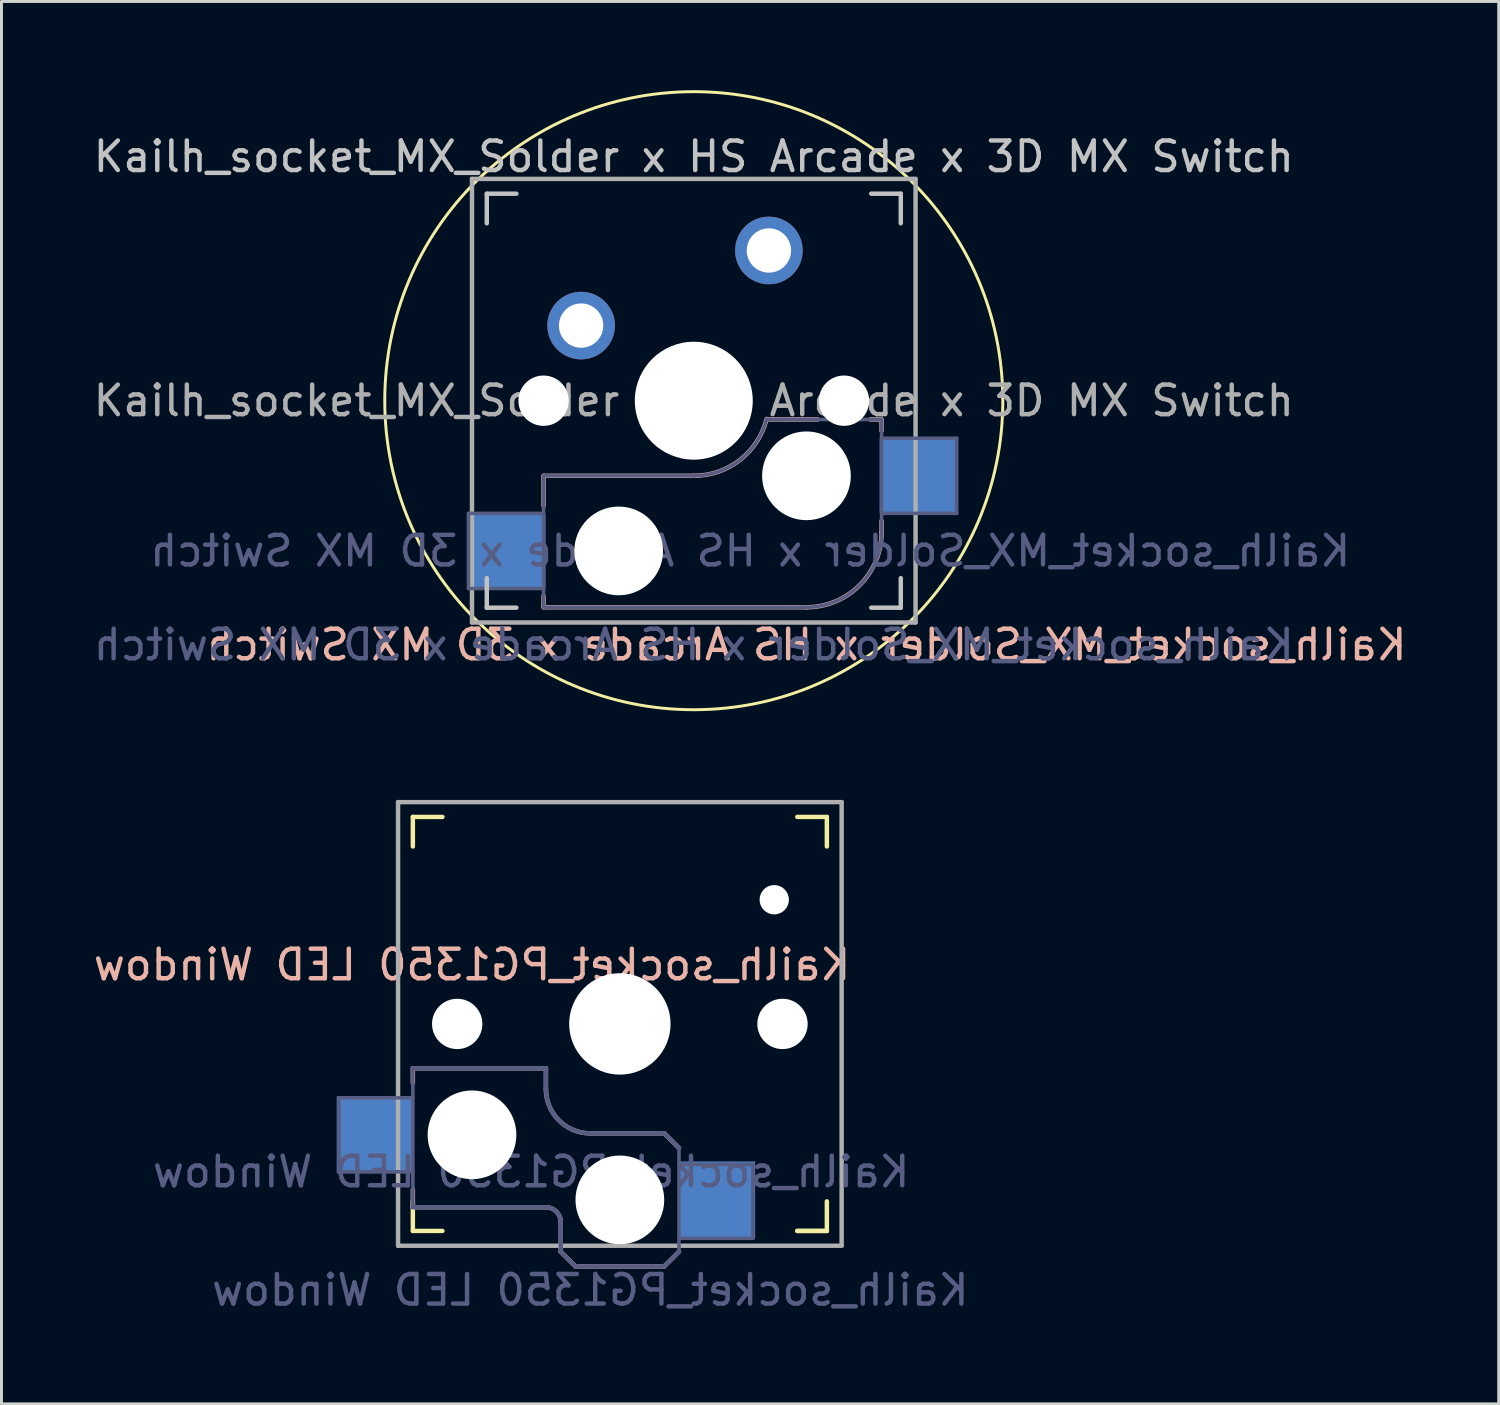
<source format=kicad_pcb>
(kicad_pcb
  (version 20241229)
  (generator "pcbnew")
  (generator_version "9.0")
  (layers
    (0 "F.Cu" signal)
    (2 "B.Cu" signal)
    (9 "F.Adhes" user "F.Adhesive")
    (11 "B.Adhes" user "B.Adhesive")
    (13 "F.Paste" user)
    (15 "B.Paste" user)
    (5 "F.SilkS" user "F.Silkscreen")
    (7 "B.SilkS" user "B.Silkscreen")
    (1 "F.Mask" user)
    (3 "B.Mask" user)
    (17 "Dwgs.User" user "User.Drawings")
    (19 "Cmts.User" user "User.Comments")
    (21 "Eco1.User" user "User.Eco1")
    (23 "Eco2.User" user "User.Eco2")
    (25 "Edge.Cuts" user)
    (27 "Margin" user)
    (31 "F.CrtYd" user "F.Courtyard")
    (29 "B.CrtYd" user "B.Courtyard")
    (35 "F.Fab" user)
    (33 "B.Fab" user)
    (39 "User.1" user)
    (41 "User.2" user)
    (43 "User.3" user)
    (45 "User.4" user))
  (footprint "Kailh_socket_PG1350 LED Window"
    (layer "F.Cu")
    (at 17.911 31.575)
    (property "Reference" "Kailh_socket_PG1350 LED Window" (at -5 -2 0) (layer "B.SilkS") (effects (font (size 1 1) (thickness 0.15)) (justify mirror)))
    (property "Value" "Kailh_socket_PG1350 LED Window" (at 0 8.255 0) (layer "F.Fab") (hide yes) (effects (font (size 1 1) (thickness 0.15))))
    (attr smd)
    (fp_line (start -7 -6) (end -7 -7) (stroke (width 0.15) (type solid)) (layer "F.SilkS"))
    (fp_line (start -7 7) (end -7 6) (stroke (width 0.15) (type solid)) (layer "F.SilkS"))
    (fp_line (start -7 7) (end -6 7) (stroke (width 0.15) (type solid)) (layer "F.SilkS"))
    (fp_line (start -6 -7) (end -7 -7) (stroke (width 0.15) (type solid)) (layer "F.SilkS"))
    (fp_line (start 6 7) (end 7 7) (stroke (width 0.15) (type solid)) (layer "F.SilkS"))
    (fp_line (start 7 -7) (end 6 -7) (stroke (width 0.15) (type solid)) (layer "F.SilkS"))
    (fp_line (start 7 -7) (end 7 -6) (stroke (width 0.15) (type solid)) (layer "F.SilkS"))
    (fp_line (start 7 6) (end 7 7) (stroke (width 0.15) (type solid)) (layer "F.SilkS"))
    (fp_line (start 7 7) (end 6 7) (stroke (width 0.15) (type solid)) (layer "F.SilkS"))
    (fp_line (start -7 1.5) (end -7 2) (stroke (width 0.15) (type solid)) (layer "B.SilkS"))
    (fp_line (start -7 5.6) (end -7 6.2) (stroke (width 0.15) (type solid)) (layer "B.SilkS"))
    (fp_line (start -7 6.2) (end -2.5 6.2) (stroke (width 0.15) (type solid)) (layer "B.SilkS"))
    (fp_line (start -2.5 1.5) (end -7 1.5) (stroke (width 0.15) (type solid)) (layer "B.SilkS"))
    (fp_line (start -2.5 2.2) (end -2.5 1.5) (stroke (width 0.15) (type solid)) (layer "B.SilkS"))
    (fp_line (start -2 6.7) (end -2 7.7) (stroke (width 0.15) (type solid)) (layer "B.SilkS"))
    (fp_line (start -1.5 8.2) (end -2 7.7) (stroke (width 0.15) (type solid)) (layer "B.SilkS"))
    (fp_line (start 1.5 3.7) (end -1 3.7) (stroke (width 0.15) (type solid)) (layer "B.SilkS"))
    (fp_line (start 1.5 8.2) (end -1.5 8.2) (stroke (width 0.15) (type solid)) (layer "B.SilkS"))
    (fp_line (start 2 4.2) (end 1.5 3.7) (stroke (width 0.15) (type solid)) (layer "B.SilkS"))
    (fp_line (start 2 7.7) (end 1.5 8.2) (stroke (width 0.15) (type solid)) (layer "B.SilkS"))
    (fp_arc (start -2.5 6.2) (mid -2.146447 6.346447) (end -2 6.7) (stroke (width 0.15) (type solid)) (layer "B.SilkS"))
    (fp_arc (start -1 3.7) (mid -2.06066 3.26066) (end -2.5 2.2) (stroke (width 0.15) (type solid)) (layer "B.SilkS"))
    (fp_line (start -6.9 6.9) (end -6.9 -6.9) (stroke (width 0.15) (type solid)) (layer "Eco2.User"))
    (fp_line (start -6.9 6.9) (end 6.9 6.9) (stroke (width 0.15) (type solid)) (layer "Eco2.User"))
    (fp_line (start -2.6 -3.1) (end -2.6 -6.3) (stroke (width 0.15) (type solid)) (layer "Eco2.User"))
    (fp_line (start -2.6 -3.1) (end 2.6 -3.1) (stroke (width 0.15) (type solid)) (layer "Eco2.User"))
    (fp_line (start 2.6 -6.3) (end -2.6 -6.3) (stroke (width 0.15) (type solid)) (layer "Eco2.User"))
    (fp_line (start 2.6 -3.1) (end 2.6 -6.3) (stroke (width 0.15) (type solid)) (layer "Eco2.User"))
    (fp_line (start 6.9 -6.9) (end -6.9 -6.9) (stroke (width 0.15) (type solid)) (layer "Eco2.User"))
    (fp_line (start 6.9 -6.9) (end 6.9 6.9) (stroke (width 0.15) (type solid)) (layer "Eco2.User"))
    (fp_line (start -9.5 2.5) (end -7 2.5) (stroke (width 0.12) (type solid)) (layer "B.Fab"))
    (fp_line (start -9.5 5) (end -9.5 2.5) (stroke (width 0.12) (type solid)) (layer "B.Fab"))
    (fp_line (start -7 1.5) (end -7 6.2) (stroke (width 0.12) (type solid)) (layer "B.Fab"))
    (fp_line (start -7 5) (end -9.5 5) (stroke (width 0.12) (type solid)) (layer "B.Fab"))
    (fp_line (start -7 6.2) (end -2.5 6.2) (stroke (width 0.15) (type solid)) (layer "B.Fab"))
    (fp_line (start -2.5 1.5) (end -7 1.5) (stroke (width 0.15) (type solid)) (layer "B.Fab"))
    (fp_line (start -2.5 2.2) (end -2.5 1.5) (stroke (width 0.15) (type solid)) (layer "B.Fab"))
    (fp_line (start -2 6.7) (end -2 7.7) (stroke (width 0.15) (type solid)) (layer "B.Fab"))
    (fp_line (start -1.5 8.2) (end -2 7.7) (stroke (width 0.15) (type solid)) (layer "B.Fab"))
    (fp_line (start 1.5 3.7) (end -1 3.7) (stroke (width 0.15) (type solid)) (layer "B.Fab"))
    (fp_line (start 1.5 8.2) (end -1.5 8.2) (stroke (width 0.15) (type solid)) (layer "B.Fab"))
    (fp_line (start 2 4.2) (end 1.5 3.7) (stroke (width 0.15) (type solid)) (layer "B.Fab"))
    (fp_line (start 2 4.25) (end 2 7.7) (stroke (width 0.12) (type solid)) (layer "B.Fab"))
    (fp_line (start 2 4.75) (end 4.5 4.75) (stroke (width 0.12) (type solid)) (layer "B.Fab"))
    (fp_line (start 2 7.7) (end 1.5 8.2) (stroke (width 0.15) (type solid)) (layer "B.Fab"))
    (fp_line (start 4.5 4.75) (end 4.5 7.25) (stroke (width 0.12) (type solid)) (layer "B.Fab"))
    (fp_line (start 4.5 7.25) (end 2 7.25) (stroke (width 0.12) (type solid)) (layer "B.Fab"))
    (fp_arc (start -2.5 6.2) (mid -2.146447 6.346447) (end -2 6.7) (stroke (width 0.15) (type solid)) (layer "B.Fab"))
    (fp_arc (start -1 3.7) (mid -2.06066 3.26066) (end -2.5 2.2) (stroke (width 0.15) (type solid)) (layer "B.Fab"))
    (fp_line (start -7.5 -7.5) (end 7.5 -7.5) (stroke (width 0.15) (type solid)) (layer "F.Fab"))
    (fp_line (start -7.5 7.5) (end -7.5 -7.5) (stroke (width 0.15) (type solid)) (layer "F.Fab"))
    (fp_line (start 7.5 -7.5) (end 7.5 7.5) (stroke (width 0.15) (type solid)) (layer "F.Fab"))
    (fp_line (start 7.5 7.5) (end -7.5 7.5) (stroke (width 0.15) (type solid)) (layer "F.Fab"))
    (fp_text user "${VALUE}" (at -1 9 0) (layer "B.Fab") (effects (font (size 1 1) (thickness 0.15)) (justify mirror)))
    (fp_text user "${REFERENCE}" (at -3 5 0) (layer "B.Fab") (effects (font (size 1 1) (thickness 0.15)) (justify mirror)))
    (pad "" np_thru_hole circle (at -5.5 0) (size 1.702 1.702) (drill 1.702) (layers "*.Cu" "*.Mask"))
    (pad "" np_thru_hole circle (at -5 3.75) (size 3 3) (drill 3) (layers "*.Cu" "*.Mask"))
    (pad "" np_thru_hole circle (at 0 0) (size 3.429 3.429) (drill 3.429) (layers "*.Cu" "*.Mask"))
    (pad "" np_thru_hole circle (at 0 5.95) (size 3 3) (drill 3) (layers "*.Cu" "*.Mask"))
    (pad "" np_thru_hole circle (at 5.22 -4.2) (size 0.991 0.991) (drill 0.991) (layers "*.Cu" "*.Mask"))
    (pad "" np_thru_hole circle (at 5.5 0) (size 1.702 1.702) (drill 1.702) (layers "*.Cu" "*.Mask"))
    (pad "1" smd rect (at 3.275 5.95) (size 2.6 2.6) (layers "B.Cu" "B.Mask" "B.Paste"))
    (pad "2" smd rect (at -8.275 3.75) (size 2.6 2.6) (layers "B.Cu" "B.Mask" "B.Paste")))
  (footprint "Kailh_socket_MX_Solder x HS Arcade x 3D MX Switch"
    (layer "F.Cu")
    (at 20.411 10.5)
    (property "Reference" "Kailh_socket_MX_Solder x HS Arcade x 3D MX Switch" (at 0 -8.255 0) (layer "Dwgs.User") (effects (font (size 1 1) (thickness 0.15))))
    (property "Value" "Kailh_socket_MX_Solder x HS Arcade x 3D MX Switch" (at 0 8.255 0) (layer "F.Fab") (hide yes) (effects (font (size 1 1) (thickness 0.15))))
    (attr through_hole)
    (fp_circle (center 0 0) (end 10.45 0) (stroke (width 0.1) (type default)) (fill no) (layer "F.SilkS"))
    (fp_line (start -5.08 2.54) (end -5.08 3.556) (stroke (width 0.15) (type solid)) (layer "B.SilkS"))
    (fp_line (start -5.08 6.604) (end -5.08 6.985) (stroke (width 0.15) (type solid)) (layer "B.SilkS"))
    (fp_line (start -5.08 6.985) (end 3.81 6.985) (stroke (width 0.15) (type solid)) (layer "B.SilkS"))
    (fp_line (start 0 2.54) (end -5.08 2.54) (stroke (width 0.15) (type solid)) (layer "B.SilkS"))
    (fp_line (start 4.191 0.635) (end 2.54 0.635) (stroke (width 0.15) (type solid)) (layer "B.SilkS"))
    (fp_line (start 6.35 0.635) (end 5.969 0.635) (stroke (width 0.15) (type solid)) (layer "B.SilkS"))
    (fp_line (start 6.35 1.016) (end 6.35 0.635) (stroke (width 0.15) (type solid)) (layer "B.SilkS"))
    (fp_line (start 6.35 4.445) (end 6.35 4.064) (stroke (width 0.15) (type solid)) (layer "B.SilkS"))
    (fp_arc (start 2.464162 0.61604) (mid 1.563147 2.002042) (end 0 2.54) (stroke (width 0.15) (type solid)) (layer "B.SilkS"))
    (fp_arc (start 6.35 4.445) (mid 5.606051 6.241051) (end 3.81 6.985) (stroke (width 0.15) (type solid)) (layer "B.SilkS"))
    (fp_line (start -7 -6) (end -7 -7) (stroke (width 0.15) (type solid)) (layer "Dwgs.User"))
    (fp_line (start -7 7) (end -7 6) (stroke (width 0.15) (type solid)) (layer "Dwgs.User"))
    (fp_line (start -7 7) (end -6 7) (stroke (width 0.15) (type solid)) (layer "Dwgs.User"))
    (fp_line (start -6 -7) (end -7 -7) (stroke (width 0.15) (type solid)) (layer "Dwgs.User"))
    (fp_line (start 6 7) (end 7 7) (stroke (width 0.15) (type solid)) (layer "Dwgs.User"))
    (fp_line (start 7 -7) (end 6 -7) (stroke (width 0.15) (type solid)) (layer "Dwgs.User"))
    (fp_line (start 7 -7) (end 7 -6) (stroke (width 0.15) (type solid)) (layer "Dwgs.User"))
    (fp_line (start 7 6) (end 7 7) (stroke (width 0.15) (type solid)) (layer "Dwgs.User"))
    (fp_line (start -6.9 6.9) (end -6.9 -6.9) (stroke (width 0.15) (type solid)) (layer "Eco2.User"))
    (fp_line (start -6.9 6.9) (end 6.9 6.9) (stroke (width 0.15) (type solid)) (layer "Eco2.User"))
    (fp_line (start 6.9 -6.9) (end -6.9 -6.9) (stroke (width 0.15) (type solid)) (layer "Eco2.User"))
    (fp_line (start 6.9 -6.9) (end 6.9 6.9) (stroke (width 0.15) (type solid)) (layer "Eco2.User"))
    (fp_line (start -7.62 3.81) (end -7.62 6.35) (stroke (width 0.12) (type solid)) (layer "B.Fab"))
    (fp_line (start -7.62 6.35) (end -5.08 6.35) (stroke (width 0.12) (type solid)) (layer "B.Fab"))
    (fp_line (start -5.08 2.54) (end -5.08 6.985) (stroke (width 0.12) (type solid)) (layer "B.Fab"))
    (fp_line (start -5.08 3.81) (end -7.62 3.81) (stroke (width 0.12) (type solid)) (layer "B.Fab"))
    (fp_line (start -5.08 6.985) (end 3.81 6.985) (stroke (width 0.12) (type solid)) (layer "B.Fab"))
    (fp_line (start 0 2.54) (end -5.08 2.54) (stroke (width 0.12) (type solid)) (layer "B.Fab"))
    (fp_line (start 6.35 0.635) (end 2.54 0.635) (stroke (width 0.12) (type solid)) (layer "B.Fab"))
    (fp_line (start 6.35 3.81) (end 8.89 3.81) (stroke (width 0.12) (type solid)) (layer "B.Fab"))
    (fp_line (start 6.35 4.445) (end 6.35 0.635) (stroke (width 0.12) (type solid)) (layer "B.Fab"))
    (fp_line (start 8.89 1.27) (end 6.35 1.27) (stroke (width 0.12) (type solid)) (layer "B.Fab"))
    (fp_line (start 8.89 3.81) (end 8.89 1.27) (stroke (width 0.12) (type solid)) (layer "B.Fab"))
    (fp_arc (start 2.464162 0.61604) (mid 1.563147 2.002042) (end 0 2.54) (stroke (width 0.12) (type solid)) (layer "B.Fab"))
    (fp_arc (start 6.35 4.445) (mid 5.606051 6.241051) (end 3.81 6.985) (stroke (width 0.12) (type solid)) (layer "B.Fab"))
    (fp_line (start -7.5 -7.5) (end 7.5 -7.5) (stroke (width 0.15) (type solid)) (layer "F.Fab"))
    (fp_line (start -7.5 7.5) (end -7.5 -7.5) (stroke (width 0.15) (type solid)) (layer "F.Fab"))
    (fp_line (start 7.5 -7.5) (end 7.5 7.5) (stroke (width 0.15) (type solid)) (layer "F.Fab"))
    (fp_line (start 7.5 7.5) (end -7.5 7.5) (stroke (width 0.15) (type solid)) (layer "F.Fab"))
    (fp_text user "${REFERENCE}" (at 3.81 8.255 0) (layer "B.SilkS") (effects (font (size 1 1) (thickness 0.15)) (justify mirror)))
    (fp_text user "${VALUE}" (at 0 8.255 0) (layer "B.Fab") (effects (font (size 1 1) (thickness 0.15)) (justify mirror)))
    (fp_text user "${REFERENCE}" (at 1.905 5.08 0) (layer "B.Fab") (effects (font (size 1 1) (thickness 0.15)) (justify mirror)))
    (fp_text user "${REFERENCE}" (at 0 0 0) (layer "F.Fab") (effects (font (size 1 1) (thickness 0.15))))
    (pad "" np_thru_hole circle (at -5.08 0) (size 1.702 1.702) (drill 1.702) (layers "*.Cu" "*.Mask"))
    (pad "" np_thru_hole circle (at -2.54 5.08) (size 3 3) (drill 3) (layers "*.Cu" "*.Mask"))
    (pad "" np_thru_hole circle (at 0 0) (size 3.988 3.988) (drill 3.988) (layers "*.Cu" "*.Mask"))
    (pad "" np_thru_hole circle (at 3.81 2.54) (size 3 3) (drill 3) (layers "*.Cu" "*.Mask"))
    (pad "" np_thru_hole circle (at 5.08 0) (size 1.702 1.702) (drill 1.702) (layers "*.Cu" "*.Mask"))
    (pad "1" smd rect (at -6.29 5.08) (size 2.55 2.5) (layers "B.Cu" "B.Mask" "B.Paste"))
    (pad "1" thru_hole circle (at 2.54 -5.08) (size 2.286 2.286) (drill 1.499) (layers "*.Cu" "*.Mask"))
    (pad "2" thru_hole circle (at -3.81 -2.54) (size 2.286 2.286) (drill 1.499) (layers "*.Cu" "*.Mask"))
    (pad "2" smd rect (at 7.56 2.54) (size 2.55 2.5) (layers "B.Cu" "B.Mask" "B.Paste")))
  (gr_rect
    (start -3 -3)
    (end 47.631 44.423)
    (stroke (width 0.1) (type default))
    (fill no)
    (layer "Edge.Cuts")))
</source>
